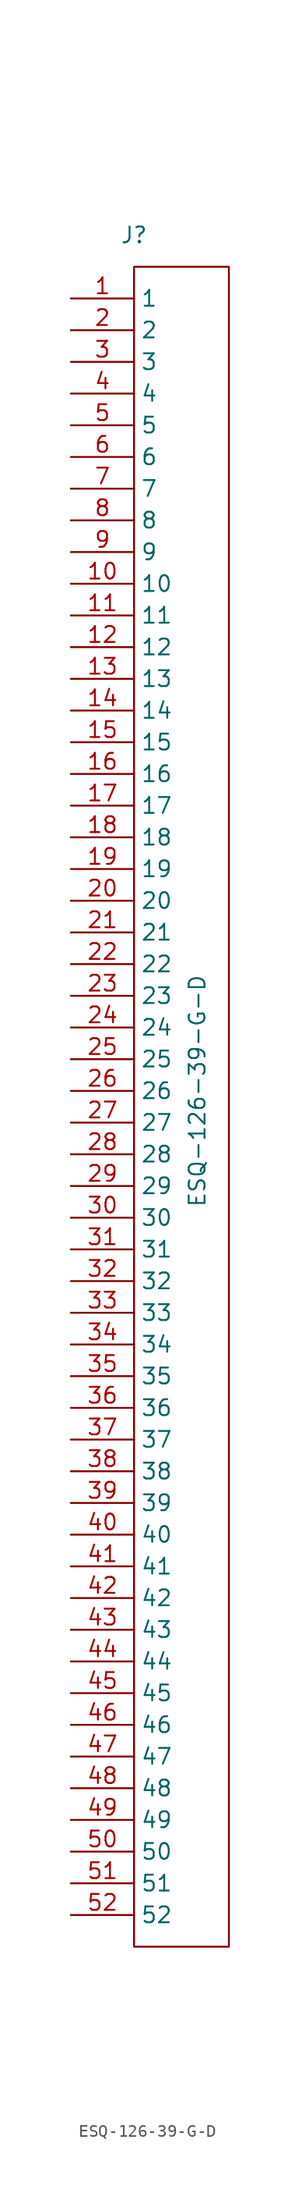
<source format=kicad_sym>
(kicad_symbol_lib
  (version 20211014)
  (generator kicad_symbol_editor)
  (symbol "ESQ-126-39-G-D"
    (property "Reference" "J"
      (at -2.54 68.58 0)
      (effects (font (size 1.27 1.27))))
    (property "Value" "ESQ-126-39-G-D"
      (at 2.54 0 90)
      (effects (font (size 1.27 1.27))))
    (symbol "ESQ-126-39-G-D_0_1"
      (rectangle (start -2.54 66.04) (end 5.08 -68.58) (stroke (width 0) (type default) (color 0 0 0 0)) (fill (type none))))
    (symbol "ESQ-126-39-G-D_1_0"
      (pin unspecified line (at -7.62 -33.02 0) (length 5.08) (name "39" (effects (font (size 1.27 1.27)))) (number "39" (effects (font (size 1.27 1.27)))))
      (pin unspecified line (at -7.62 -35.56 0) (length 5.08) (name "40" (effects (font (size 1.27 1.27)))) (number "40" (effects (font (size 1.27 1.27)))))
      (pin unspecified line (at -7.62 -38.1 0) (length 5.08) (name "41" (effects (font (size 1.27 1.27)))) (number "41" (effects (font (size 1.27 1.27)))))
      (pin unspecified line (at -7.62 -40.64 0) (length 5.08) (name "42" (effects (font (size 1.27 1.27)))) (number "42" (effects (font (size 1.27 1.27)))))
      (pin unspecified line (at -7.62 -43.18 0) (length 5.08) (name "43" (effects (font (size 1.27 1.27)))) (number "43" (effects (font (size 1.27 1.27)))))
      (pin unspecified line (at -7.62 -45.72 0) (length 5.08) (name "44" (effects (font (size 1.27 1.27)))) (number "44" (effects (font (size 1.27 1.27)))))
      (pin unspecified line (at -7.62 -48.26 0) (length 5.08) (name "45" (effects (font (size 1.27 1.27)))) (number "45" (effects (font (size 1.27 1.27)))))
      (pin unspecified line (at -7.62 -50.8 0) (length 5.08) (name "46" (effects (font (size 1.27 1.27)))) (number "46" (effects (font (size 1.27 1.27)))))
      (pin unspecified line (at -7.62 -53.34 0) (length 5.08) (name "47" (effects (font (size 1.27 1.27)))) (number "47" (effects (font (size 1.27 1.27)))))
      (pin unspecified line (at -7.62 -55.88 0) (length 5.08) (name "48" (effects (font (size 1.27 1.27)))) (number "48" (effects (font (size 1.27 1.27)))))
      (pin unspecified line (at -7.62 -58.42 0) (length 5.08) (name "49" (effects (font (size 1.27 1.27)))) (number "49" (effects (font (size 1.27 1.27)))))
      (pin unspecified line (at -7.62 -60.96 0) (length 5.08) (name "50" (effects (font (size 1.27 1.27)))) (number "50" (effects (font (size 1.27 1.27)))))
      (pin unspecified line (at -7.62 -63.5 0) (length 5.08) (name "51" (effects (font (size 1.27 1.27)))) (number "51" (effects (font (size 1.27 1.27)))))
      (pin unspecified line (at -7.62 -66.04 0) (length 5.08) (name "52" (effects (font (size 1.27 1.27)))) (number "52" (effects (font (size 1.27 1.27))))))
    (symbol "ESQ-126-39-G-D_1_1"
      (pin unspecified line (at -7.62 63.5 0) (length 5.08) (name "1" (effects (font (size 1.27 1.27)))) (number "1" (effects (font (size 1.27 1.27)))))
      (pin unspecified line (at -7.62 40.64 0) (length 5.08) (name "10" (effects (font (size 1.27 1.27)))) (number "10" (effects (font (size 1.27 1.27)))))
      (pin unspecified line (at -7.62 38.1 0) (length 5.08) (name "11" (effects (font (size 1.27 1.27)))) (number "11" (effects (font (size 1.27 1.27)))))
      (pin unspecified line (at -7.62 35.56 0) (length 5.08) (name "12" (effects (font (size 1.27 1.27)))) (number "12" (effects (font (size 1.27 1.27)))))
      (pin unspecified line (at -7.62 33.02 0) (length 5.08) (name "13" (effects (font (size 1.27 1.27)))) (number "13" (effects (font (size 1.27 1.27)))))
      (pin unspecified line (at -7.62 30.48 0) (length 5.08) (name "14" (effects (font (size 1.27 1.27)))) (number "14" (effects (font (size 1.27 1.27)))))
      (pin unspecified line (at -7.62 27.94 0) (length 5.08) (name "15" (effects (font (size 1.27 1.27)))) (number "15" (effects (font (size 1.27 1.27)))))
      (pin unspecified line (at -7.62 25.4 0) (length 5.08) (name "16" (effects (font (size 1.27 1.27)))) (number "16" (effects (font (size 1.27 1.27)))))
      (pin unspecified line (at -7.62 22.86 0) (length 5.08) (name "17" (effects (font (size 1.27 1.27)))) (number "17" (effects (font (size 1.27 1.27)))))
      (pin unspecified line (at -7.62 20.32 0) (length 5.08) (name "18" (effects (font (size 1.27 1.27)))) (number "18" (effects (font (size 1.27 1.27)))))
      (pin unspecified line (at -7.62 17.78 0) (length 5.08) (name "19" (effects (font (size 1.27 1.27)))) (number "19" (effects (font (size 1.27 1.27)))))
      (pin unspecified line (at -7.62 60.96 0) (length 5.08) (name "2" (effects (font (size 1.27 1.27)))) (number "2" (effects (font (size 1.27 1.27)))))
      (pin unspecified line (at -7.62 15.24 0) (length 5.08) (name "20" (effects (font (size 1.27 1.27)))) (number "20" (effects (font (size 1.27 1.27)))))
      (pin unspecified line (at -7.62 12.7 0) (length 5.08) (name "21" (effects (font (size 1.27 1.27)))) (number "21" (effects (font (size 1.27 1.27)))))
      (pin unspecified line (at -7.62 10.16 0) (length 5.08) (name "22" (effects (font (size 1.27 1.27)))) (number "22" (effects (font (size 1.27 1.27)))))
      (pin unspecified line (at -7.62 7.62 0) (length 5.08) (name "23" (effects (font (size 1.27 1.27)))) (number "23" (effects (font (size 1.27 1.27)))))
      (pin unspecified line (at -7.62 5.08 0) (length 5.08) (name "24" (effects (font (size 1.27 1.27)))) (number "24" (effects (font (size 1.27 1.27)))))
      (pin unspecified line (at -7.62 2.54 0) (length 5.08) (name "25" (effects (font (size 1.27 1.27)))) (number "25" (effects (font (size 1.27 1.27)))))
      (pin unspecified line (at -7.62 0 0) (length 5.08) (name "26" (effects (font (size 1.27 1.27)))) (number "26" (effects (font (size 1.27 1.27)))))
      (pin unspecified line (at -7.62 -2.54 0) (length 5.08) (name "27" (effects (font (size 1.27 1.27)))) (number "27" (effects (font (size 1.27 1.27)))))
      (pin unspecified line (at -7.62 -5.08 0) (length 5.08) (name "28" (effects (font (size 1.27 1.27)))) (number "28" (effects (font (size 1.27 1.27)))))
      (pin unspecified line (at -7.62 -7.62 0) (length 5.08) (name "29" (effects (font (size 1.27 1.27)))) (number "29" (effects (font (size 1.27 1.27)))))
      (pin unspecified line (at -7.62 58.42 0) (length 5.08) (name "3" (effects (font (size 1.27 1.27)))) (number "3" (effects (font (size 1.27 1.27)))))
      (pin unspecified line (at -7.62 -10.16 0) (length 5.08) (name "30" (effects (font (size 1.27 1.27)))) (number "30" (effects (font (size 1.27 1.27)))))
      (pin unspecified line (at -7.62 -12.7 0) (length 5.08) (name "31" (effects (font (size 1.27 1.27)))) (number "31" (effects (font (size 1.27 1.27)))))
      (pin unspecified line (at -7.62 -15.24 0) (length 5.08) (name "32" (effects (font (size 1.27 1.27)))) (number "32" (effects (font (size 1.27 1.27)))))
      (pin unspecified line (at -7.62 -17.78 0) (length 5.08) (name "33" (effects (font (size 1.27 1.27)))) (number "33" (effects (font (size 1.27 1.27)))))
      (pin unspecified line (at -7.62 -20.32 0) (length 5.08) (name "34" (effects (font (size 1.27 1.27)))) (number "34" (effects (font (size 1.27 1.27)))))
      (pin unspecified line (at -7.62 -22.86 0) (length 5.08) (name "35" (effects (font (size 1.27 1.27)))) (number "35" (effects (font (size 1.27 1.27)))))
      (pin unspecified line (at -7.62 -25.4 0) (length 5.08) (name "36" (effects (font (size 1.27 1.27)))) (number "36" (effects (font (size 1.27 1.27)))))
      (pin unspecified line (at -7.62 -27.94 0) (length 5.08) (name "37" (effects (font (size 1.27 1.27)))) (number "37" (effects (font (size 1.27 1.27)))))
      (pin unspecified line (at -7.62 -30.48 0) (length 5.08) (name "38" (effects (font (size 1.27 1.27)))) (number "38" (effects (font (size 1.27 1.27)))))
      (pin unspecified line (at -7.62 55.88 0) (length 5.08) (name "4" (effects (font (size 1.27 1.27)))) (number "4" (effects (font (size 1.27 1.27)))))
      (pin unspecified line (at -7.62 53.34 0) (length 5.08) (name "5" (effects (font (size 1.27 1.27)))) (number "5" (effects (font (size 1.27 1.27)))))
      (pin unspecified line (at -7.62 50.8 0) (length 5.08) (name "6" (effects (font (size 1.27 1.27)))) (number "6" (effects (font (size 1.27 1.27)))))
      (pin unspecified line (at -7.62 48.26 0) (length 5.08) (name "7" (effects (font (size 1.27 1.27)))) (number "7" (effects (font (size 1.27 1.27)))))
      (pin unspecified line (at -7.62 45.72 0) (length 5.08) (name "8" (effects (font (size 1.27 1.27)))) (number "8" (effects (font (size 1.27 1.27)))))
      (pin unspecified line (at -7.62 43.18 0) (length 5.08) (name "9" (effects (font (size 1.27 1.27)))) (number "9" (effects (font (size 1.27 1.27))))))))
</source>
